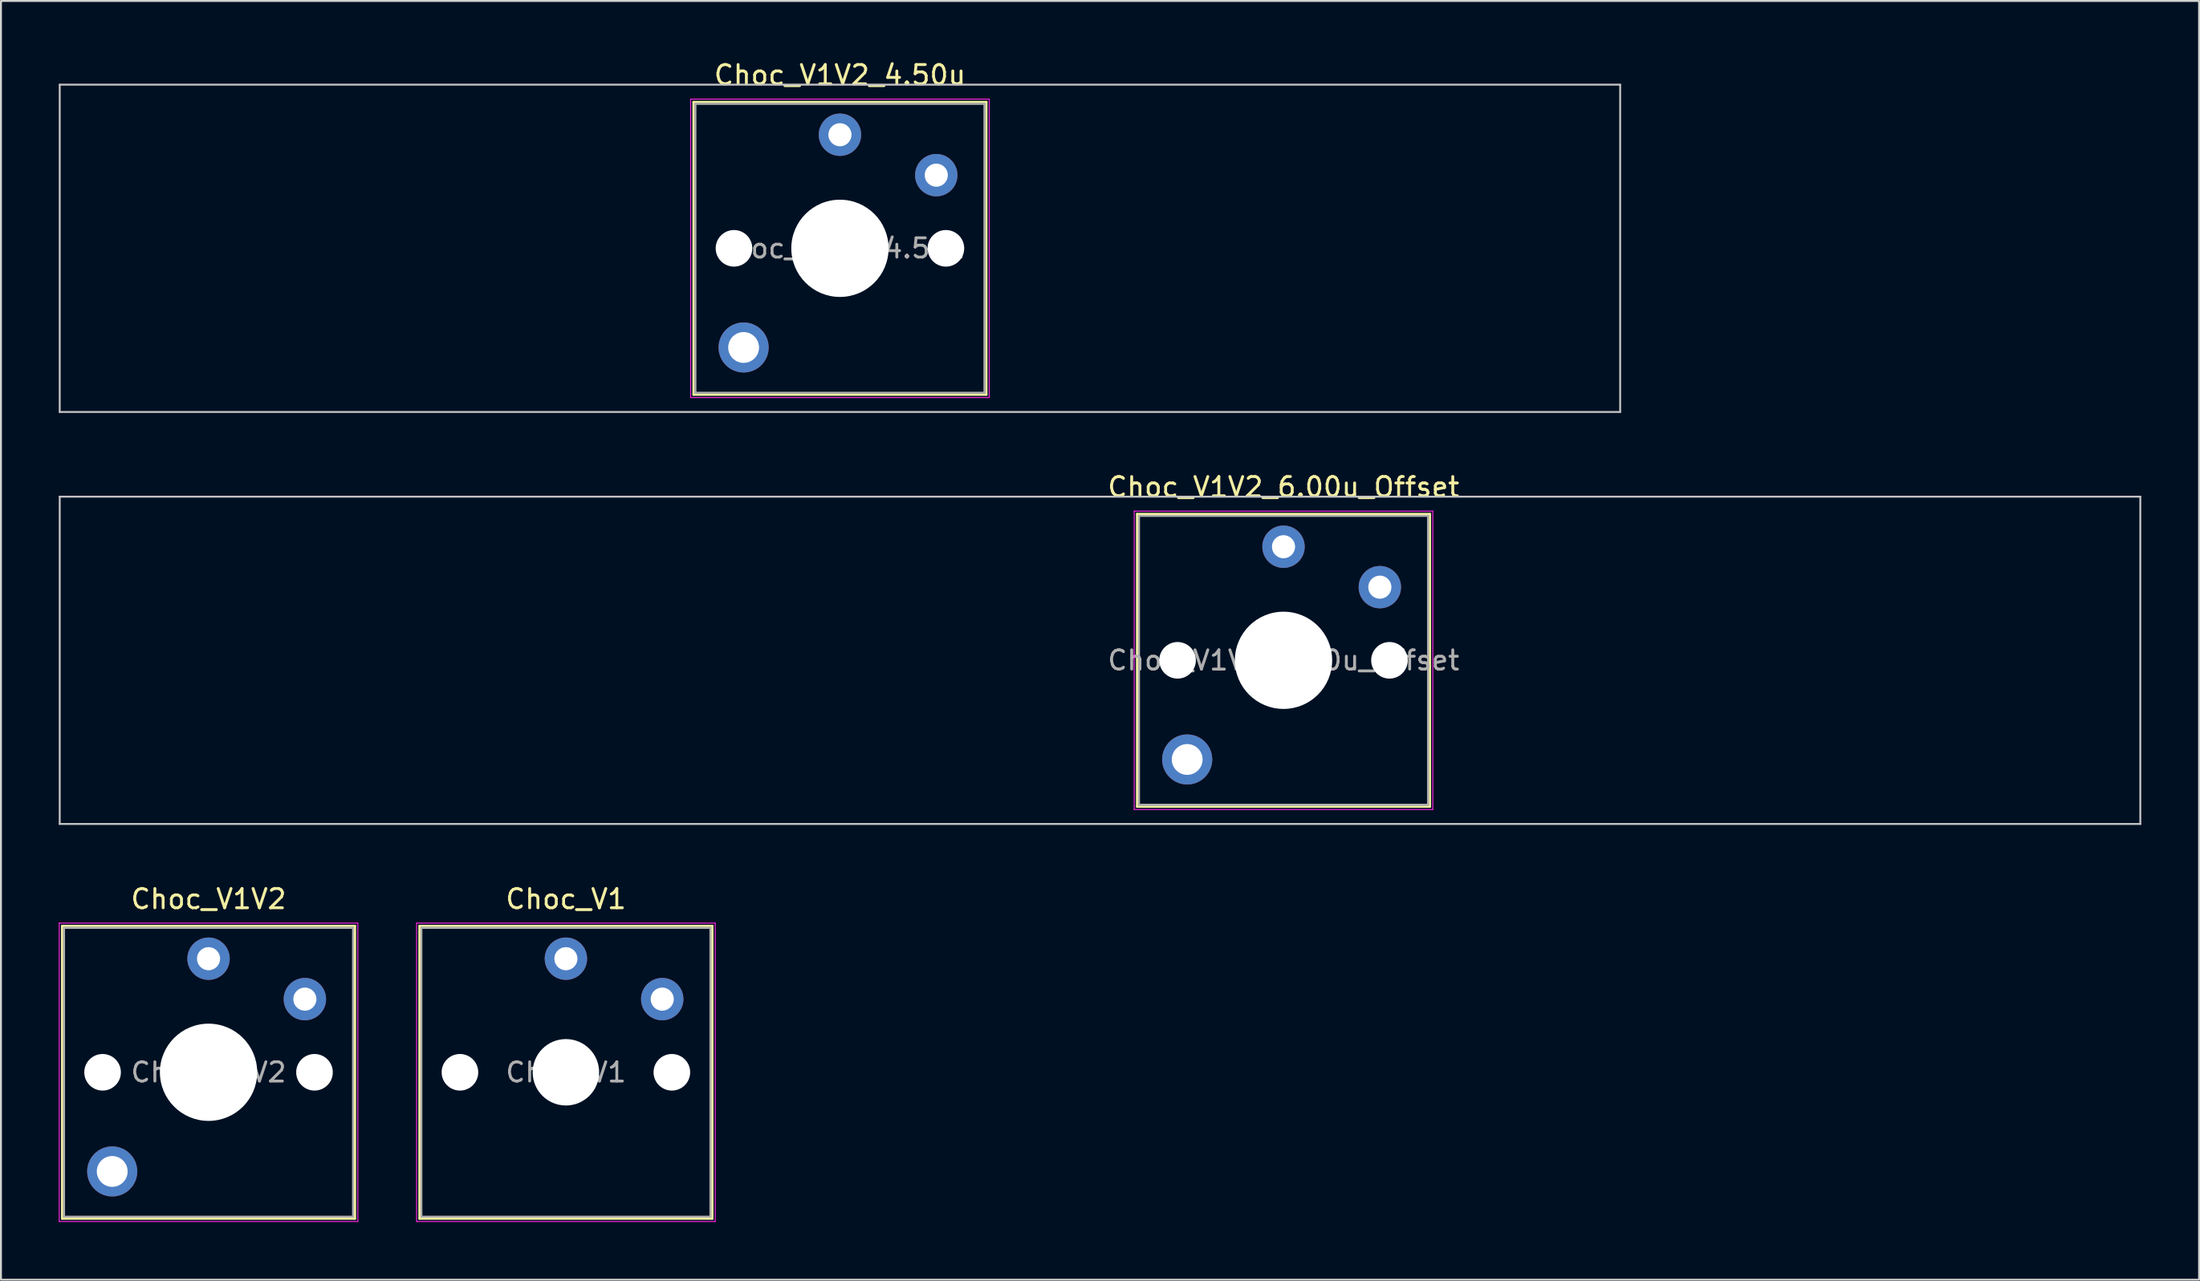
<source format=kicad_pcb>
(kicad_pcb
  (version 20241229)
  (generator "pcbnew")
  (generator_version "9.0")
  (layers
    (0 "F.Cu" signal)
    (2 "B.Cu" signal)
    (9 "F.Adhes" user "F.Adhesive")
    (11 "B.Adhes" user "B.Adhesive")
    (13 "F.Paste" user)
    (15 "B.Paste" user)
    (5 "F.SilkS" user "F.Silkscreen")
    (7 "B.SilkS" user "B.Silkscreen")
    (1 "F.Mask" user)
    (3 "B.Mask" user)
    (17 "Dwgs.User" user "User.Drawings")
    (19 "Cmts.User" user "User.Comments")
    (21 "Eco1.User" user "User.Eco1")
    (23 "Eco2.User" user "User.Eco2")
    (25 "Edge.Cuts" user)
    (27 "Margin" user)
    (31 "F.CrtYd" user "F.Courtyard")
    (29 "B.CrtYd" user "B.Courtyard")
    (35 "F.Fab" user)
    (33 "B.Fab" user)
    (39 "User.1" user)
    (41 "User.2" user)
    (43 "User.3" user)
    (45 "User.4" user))
  (footprint "Choc_V1V2"
    (layer "F.Cu")
    (at 7.775 52.645)
    (property "Reference" "Choc_V1V2" (at 0 -9 0) (layer "F.SilkS") (effects (font (size 1 1) (thickness 0.15))))
    (attr through_hole)
    (fp_line (start -7.6 -7.6) (end -7.6 7.6) (stroke (width 0.12) (type solid)) (layer "F.SilkS"))
    (fp_line (start -7.6 7.6) (end 7.6 7.6) (stroke (width 0.12) (type solid)) (layer "F.SilkS"))
    (fp_line (start 7.6 -7.6) (end -7.6 -7.6) (stroke (width 0.12) (type solid)) (layer "F.SilkS"))
    (fp_line (start 7.6 7.6) (end 7.6 -7.6) (stroke (width 0.12) (type solid)) (layer "F.SilkS"))
    (fp_line (start -7.25 -7.25) (end -7.25 7.25) (stroke (width 0.1) (type solid)) (layer "Eco1.User"))
    (fp_line (start -7.25 7.25) (end 7.25 7.25) (stroke (width 0.1) (type solid)) (layer "Eco1.User"))
    (fp_line (start 7.25 -7.25) (end -7.25 -7.25) (stroke (width 0.1) (type solid)) (layer "Eco1.User"))
    (fp_line (start 7.25 7.25) (end 7.25 -7.25) (stroke (width 0.1) (type solid)) (layer "Eco1.User"))
    (fp_line (start -7.75 -7.75) (end -7.75 7.75) (stroke (width 0.05) (type solid)) (layer "F.CrtYd"))
    (fp_line (start -7.75 7.75) (end 7.75 7.75) (stroke (width 0.05) (type solid)) (layer "F.CrtYd"))
    (fp_line (start 7.75 -7.75) (end -7.75 -7.75) (stroke (width 0.05) (type solid)) (layer "F.CrtYd"))
    (fp_line (start 7.75 7.75) (end 7.75 -7.75) (stroke (width 0.05) (type solid)) (layer "F.CrtYd"))
    (fp_line (start -7.5 -7.5) (end -7.5 7.5) (stroke (width 0.1) (type solid)) (layer "F.Fab"))
    (fp_line (start -7.5 7.5) (end 7.5 7.5) (stroke (width 0.1) (type solid)) (layer "F.Fab"))
    (fp_line (start 7.5 -7.5) (end -7.5 -7.5) (stroke (width 0.1) (type solid)) (layer "F.Fab"))
    (fp_line (start 7.5 7.5) (end 7.5 -7.5) (stroke (width 0.1) (type solid)) (layer "F.Fab"))
    (fp_text user "${REFERENCE}" (at 0 0 0) (layer "F.Fab") (effects (font (size 1 1) (thickness 0.15))))
    (pad "" np_thru_hole circle (at -5.5 0) (size 1.9 1.9) (drill 1.9) (layers "*.Cu" "*.Mask"))
    (pad "" thru_hole circle (at -5 5.15) (size 2.6 2.6) (drill 1.6) (layers "*.Cu" "*.Mask"))
    (pad "" np_thru_hole circle (at 0 0) (size 5.05 5.05) (drill 5.05) (layers "*.Cu" "*.Mask"))
    (pad "" np_thru_hole circle (at 5.5 0) (size 1.9 1.9) (drill 1.9) (layers "*.Cu" "*.Mask"))
    (pad "1" thru_hole circle (at 0 -5.9) (size 2.2 2.2) (drill 1.2) (layers "*.Cu" "*.Mask"))
    (pad "2" thru_hole circle (at 5 -3.8) (size 2.2 2.2) (drill 1.2) (layers "*.Cu" "*.Mask")))
  (footprint "Choc_V1"
    (layer "F.Cu")
    (at 26.325 52.645)
    (property "Reference" "Choc_V1" (at 0 -9 0) (layer "F.SilkS") (effects (font (size 1 1) (thickness 0.15))))
    (attr through_hole)
    (fp_line (start -7.6 -7.6) (end -7.6 7.6) (stroke (width 0.12) (type solid)) (layer "F.SilkS"))
    (fp_line (start -7.6 7.6) (end 7.6 7.6) (stroke (width 0.12) (type solid)) (layer "F.SilkS"))
    (fp_line (start 7.6 -7.6) (end -7.6 -7.6) (stroke (width 0.12) (type solid)) (layer "F.SilkS"))
    (fp_line (start 7.6 7.6) (end 7.6 -7.6) (stroke (width 0.12) (type solid)) (layer "F.SilkS"))
    (fp_line (start -7.25 -7.25) (end -7.25 7.25) (stroke (width 0.1) (type solid)) (layer "Eco1.User"))
    (fp_line (start -7.25 7.25) (end 7.25 7.25) (stroke (width 0.1) (type solid)) (layer "Eco1.User"))
    (fp_line (start 7.25 -7.25) (end -7.25 -7.25) (stroke (width 0.1) (type solid)) (layer "Eco1.User"))
    (fp_line (start 7.25 7.25) (end 7.25 -7.25) (stroke (width 0.1) (type solid)) (layer "Eco1.User"))
    (fp_line (start -7.75 -7.75) (end -7.75 7.75) (stroke (width 0.05) (type solid)) (layer "F.CrtYd"))
    (fp_line (start -7.75 7.75) (end 7.75 7.75) (stroke (width 0.05) (type solid)) (layer "F.CrtYd"))
    (fp_line (start 7.75 -7.75) (end -7.75 -7.75) (stroke (width 0.05) (type solid)) (layer "F.CrtYd"))
    (fp_line (start 7.75 7.75) (end 7.75 -7.75) (stroke (width 0.05) (type solid)) (layer "F.CrtYd"))
    (fp_line (start -7.5 -7.5) (end -7.5 7.5) (stroke (width 0.1) (type solid)) (layer "F.Fab"))
    (fp_line (start -7.5 7.5) (end 7.5 7.5) (stroke (width 0.1) (type solid)) (layer "F.Fab"))
    (fp_line (start 7.5 -7.5) (end -7.5 -7.5) (stroke (width 0.1) (type solid)) (layer "F.Fab"))
    (fp_line (start 7.5 7.5) (end 7.5 -7.5) (stroke (width 0.1) (type solid)) (layer "F.Fab"))
    (fp_text user "${REFERENCE}" (at 0 0 0) (layer "F.Fab") (effects (font (size 1 1) (thickness 0.15))))
    (pad "" np_thru_hole circle (at -5.5 0) (size 1.9 1.9) (drill 1.9) (layers "*.Cu" "*.Mask"))
    (pad "" np_thru_hole circle (at 0 0) (size 3.45 3.45) (drill 3.45) (layers "*.Cu" "*.Mask"))
    (pad "" np_thru_hole circle (at 5.5 0) (size 1.9 1.9) (drill 1.9) (layers "*.Cu" "*.Mask"))
    (pad "1" thru_hole circle (at 0 -5.9) (size 2.2 2.2) (drill 1.2) (layers "*.Cu" "*.Mask"))
    (pad "2" thru_hole circle (at 5 -3.8) (size 2.2 2.2) (drill 1.2) (layers "*.Cu" "*.Mask")))
  (footprint "Choc_V1V2_4.50u"
    (layer "F.Cu")
    (at 40.55 9.848)
    (property "Reference" "Choc_V1V2_4.50u" (at 0 -9 0) (layer "F.SilkS") (effects (font (size 1 1) (thickness 0.15))))
    (attr through_hole)
    (fp_line (start -7.6 -7.6) (end -7.6 7.6) (stroke (width 0.12) (type solid)) (layer "F.SilkS"))
    (fp_line (start -7.6 7.6) (end 7.6 7.6) (stroke (width 0.12) (type solid)) (layer "F.SilkS"))
    (fp_line (start 7.6 -7.6) (end -7.6 -7.6) (stroke (width 0.12) (type solid)) (layer "F.SilkS"))
    (fp_line (start 7.6 7.6) (end 7.6 -7.6) (stroke (width 0.12) (type solid)) (layer "F.SilkS"))
    (fp_line (start -40.5 -8.5) (end -40.5 8.5) (stroke (width 0.1) (type solid)) (layer "Dwgs.User"))
    (fp_line (start -40.5 8.5) (end 40.5 8.5) (stroke (width 0.1) (type solid)) (layer "Dwgs.User"))
    (fp_line (start 40.5 -8.5) (end -40.5 -8.5) (stroke (width 0.1) (type solid)) (layer "Dwgs.User"))
    (fp_line (start 40.5 8.5) (end 40.5 -8.5) (stroke (width 0.1) (type solid)) (layer "Dwgs.User"))
    (fp_line (start -7.25 -7.25) (end -7.25 7.25) (stroke (width 0.1) (type solid)) (layer "Eco1.User"))
    (fp_line (start -7.25 7.25) (end 7.25 7.25) (stroke (width 0.1) (type solid)) (layer "Eco1.User"))
    (fp_line (start 7.25 -7.25) (end -7.25 -7.25) (stroke (width 0.1) (type solid)) (layer "Eco1.User"))
    (fp_line (start 7.25 7.25) (end 7.25 -7.25) (stroke (width 0.1) (type solid)) (layer "Eco1.User"))
    (fp_line (start -7.75 -7.75) (end -7.75 7.75) (stroke (width 0.05) (type solid)) (layer "F.CrtYd"))
    (fp_line (start -7.75 7.75) (end 7.75 7.75) (stroke (width 0.05) (type solid)) (layer "F.CrtYd"))
    (fp_line (start 7.75 -7.75) (end -7.75 -7.75) (stroke (width 0.05) (type solid)) (layer "F.CrtYd"))
    (fp_line (start 7.75 7.75) (end 7.75 -7.75) (stroke (width 0.05) (type solid)) (layer "F.CrtYd"))
    (fp_line (start -7.5 -7.5) (end -7.5 7.5) (stroke (width 0.1) (type solid)) (layer "F.Fab"))
    (fp_line (start -7.5 7.5) (end 7.5 7.5) (stroke (width 0.1) (type solid)) (layer "F.Fab"))
    (fp_line (start 7.5 -7.5) (end -7.5 -7.5) (stroke (width 0.1) (type solid)) (layer "F.Fab"))
    (fp_line (start 7.5 7.5) (end 7.5 -7.5) (stroke (width 0.1) (type solid)) (layer "F.Fab"))
    (fp_text user "${REFERENCE}" (at 0 0 0) (layer "F.Fab") (effects (font (size 1 1) (thickness 0.15))))
    (pad "" np_thru_hole circle (at -5.5 0) (size 1.9 1.9) (drill 1.9) (layers "*.Cu" "*.Mask"))
    (pad "" thru_hole circle (at -5 5.15) (size 2.6 2.6) (drill 1.6) (layers "*.Cu" "*.Mask"))
    (pad "" np_thru_hole circle (at 0 0) (size 5.05 5.05) (drill 5.05) (layers "*.Cu" "*.Mask"))
    (pad "" np_thru_hole circle (at 5.5 0) (size 1.9 1.9) (drill 1.9) (layers "*.Cu" "*.Mask"))
    (pad "1" thru_hole circle (at 0 -5.9) (size 2.2 2.2) (drill 1.2) (layers "*.Cu" "*.Mask"))
    (pad "2" thru_hole circle (at 5 -3.8) (size 2.2 2.2) (drill 1.2) (layers "*.Cu" "*.Mask")))
  (footprint "Choc_V1V2_6.00u_Offset"
    (layer "F.Cu")
    (at 63.575 31.247)
    (property "Reference" "Choc_V1V2_6.00u_Offset" (at 0 -9 0) (layer "F.SilkS") (effects (font (size 1 1) (thickness 0.15))))
    (attr through_hole)
    (fp_line (start -7.6 -7.6) (end -7.6 7.6) (stroke (width 0.12) (type solid)) (layer "F.SilkS"))
    (fp_line (start -7.6 7.6) (end 7.6 7.6) (stroke (width 0.12) (type solid)) (layer "F.SilkS"))
    (fp_line (start 7.6 -7.6) (end -7.6 -7.6) (stroke (width 0.12) (type solid)) (layer "F.SilkS"))
    (fp_line (start 7.6 7.6) (end 7.6 -7.6) (stroke (width 0.12) (type solid)) (layer "F.SilkS"))
    (fp_line (start -63.525 -8.5) (end -63.525 8.5) (stroke (width 0.1) (type solid)) (layer "Dwgs.User"))
    (fp_line (start -63.525 8.5) (end 44.475 8.5) (stroke (width 0.1) (type solid)) (layer "Dwgs.User"))
    (fp_line (start 44.475 -8.5) (end -63.525 -8.5) (stroke (width 0.1) (type solid)) (layer "Dwgs.User"))
    (fp_line (start 44.475 8.5) (end 44.475 -8.5) (stroke (width 0.1) (type solid)) (layer "Dwgs.User"))
    (fp_line (start -7.25 -7.25) (end -7.25 7.25) (stroke (width 0.1) (type solid)) (layer "Eco1.User"))
    (fp_line (start -7.25 7.25) (end 7.25 7.25) (stroke (width 0.1) (type solid)) (layer "Eco1.User"))
    (fp_line (start 7.25 -7.25) (end -7.25 -7.25) (stroke (width 0.1) (type solid)) (layer "Eco1.User"))
    (fp_line (start 7.25 7.25) (end 7.25 -7.25) (stroke (width 0.1) (type solid)) (layer "Eco1.User"))
    (fp_line (start -7.75 -7.75) (end -7.75 7.75) (stroke (width 0.05) (type solid)) (layer "F.CrtYd"))
    (fp_line (start -7.75 7.75) (end 7.75 7.75) (stroke (width 0.05) (type solid)) (layer "F.CrtYd"))
    (fp_line (start 7.75 -7.75) (end -7.75 -7.75) (stroke (width 0.05) (type solid)) (layer "F.CrtYd"))
    (fp_line (start 7.75 7.75) (end 7.75 -7.75) (stroke (width 0.05) (type solid)) (layer "F.CrtYd"))
    (fp_line (start -7.5 -7.5) (end -7.5 7.5) (stroke (width 0.1) (type solid)) (layer "F.Fab"))
    (fp_line (start -7.5 7.5) (end 7.5 7.5) (stroke (width 0.1) (type solid)) (layer "F.Fab"))
    (fp_line (start 7.5 -7.5) (end -7.5 -7.5) (stroke (width 0.1) (type solid)) (layer "F.Fab"))
    (fp_line (start 7.5 7.5) (end 7.5 -7.5) (stroke (width 0.1) (type solid)) (layer "F.Fab"))
    (fp_text user "${REFERENCE}" (at 0 0 0) (layer "F.Fab") (effects (font (size 1 1) (thickness 0.15))))
    (pad "" np_thru_hole circle (at -5.5 0) (size 1.9 1.9) (drill 1.9) (layers "*.Cu" "*.Mask"))
    (pad "" thru_hole circle (at -5 5.15) (size 2.6 2.6) (drill 1.6) (layers "*.Cu" "*.Mask"))
    (pad "" np_thru_hole circle (at 0 0) (size 5.05 5.05) (drill 5.05) (layers "*.Cu" "*.Mask"))
    (pad "" np_thru_hole circle (at 5.5 0) (size 1.9 1.9) (drill 1.9) (layers "*.Cu" "*.Mask"))
    (pad "1" thru_hole circle (at 0 -5.9) (size 2.2 2.2) (drill 1.2) (layers "*.Cu" "*.Mask"))
    (pad "2" thru_hole circle (at 5 -3.8) (size 2.2 2.2) (drill 1.2) (layers "*.Cu" "*.Mask")))
  (gr_rect
    (start -3 -3)
    (end 111.1 63.42)
    (stroke (width 0.1) (type default))
    (fill no)
    (layer "Edge.Cuts")))
</source>
